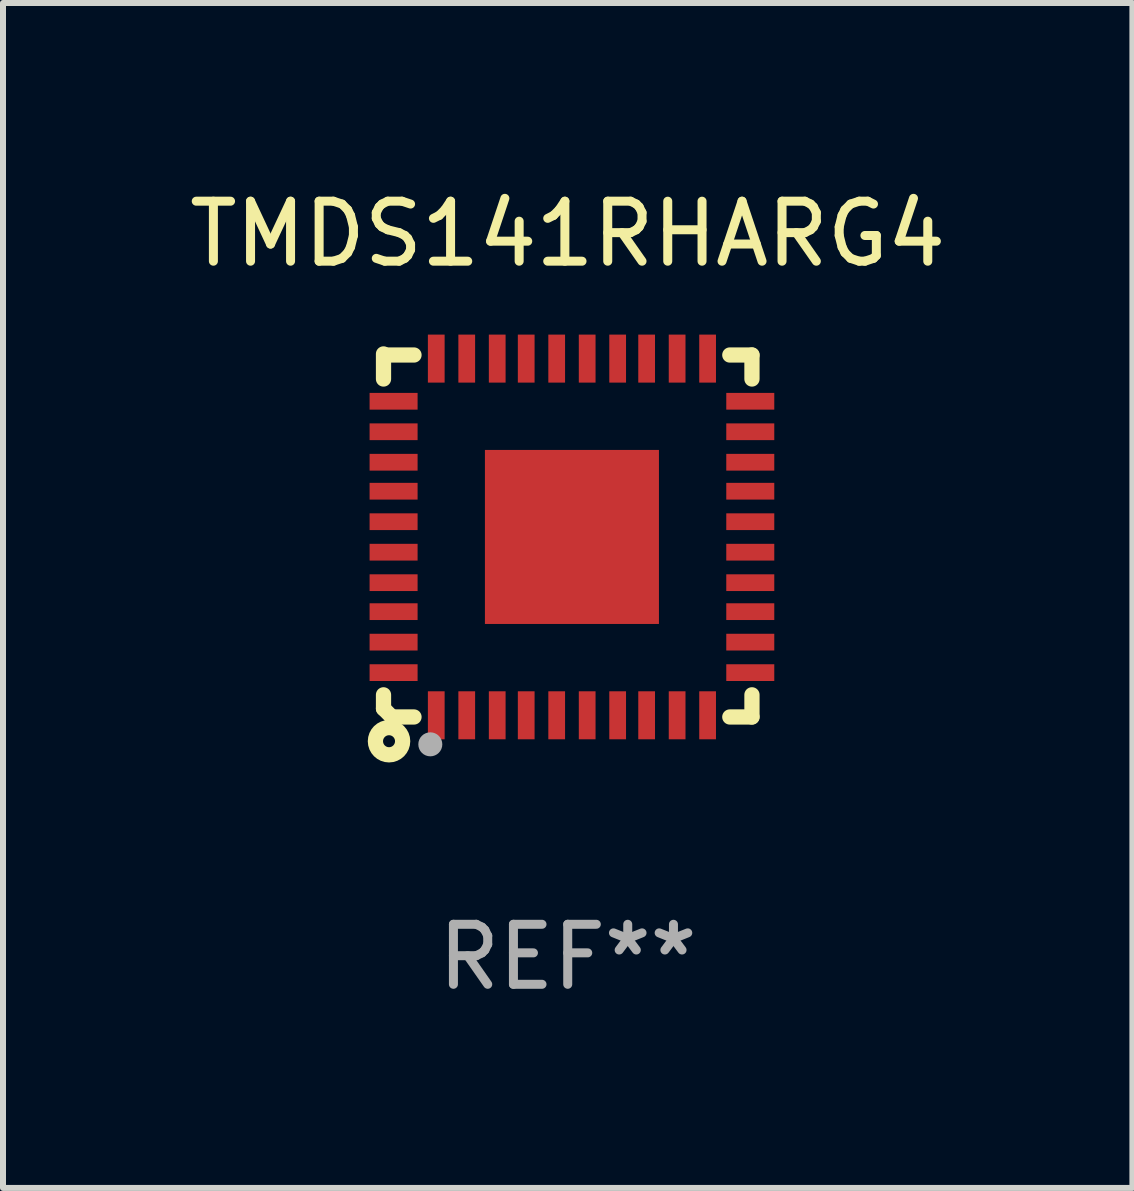
<source format=kicad_pcb>
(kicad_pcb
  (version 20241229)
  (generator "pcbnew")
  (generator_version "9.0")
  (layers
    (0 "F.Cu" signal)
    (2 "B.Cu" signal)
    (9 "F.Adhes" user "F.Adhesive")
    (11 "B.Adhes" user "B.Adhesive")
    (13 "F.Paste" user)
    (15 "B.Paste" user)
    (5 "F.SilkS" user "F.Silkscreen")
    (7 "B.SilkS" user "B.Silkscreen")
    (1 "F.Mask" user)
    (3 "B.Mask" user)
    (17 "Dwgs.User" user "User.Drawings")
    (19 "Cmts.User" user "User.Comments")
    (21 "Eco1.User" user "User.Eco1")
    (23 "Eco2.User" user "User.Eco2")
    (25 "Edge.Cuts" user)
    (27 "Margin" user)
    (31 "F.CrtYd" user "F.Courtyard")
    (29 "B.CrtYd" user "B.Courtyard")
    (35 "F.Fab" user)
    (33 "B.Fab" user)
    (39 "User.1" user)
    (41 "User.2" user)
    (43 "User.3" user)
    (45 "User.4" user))
  (footprint "TMDS141RHARG4"
    (layer "F.Cu")
    (at 6.411 5.873)
    (property "Reference" "TMDS141RHARG4" (at 0 -5.025 0) (layer "F.SilkS") (effects (font (size 1 1) (thickness 0.15))))
    (attr through_hole)
    (fp_line (start -3.07 -3.025) (end -3.07 -2.607) (stroke (width 0.254) (type solid)) (layer "F.SilkS"))
    (fp_line (start -3.07 2.656) (end -3.07 2.885) (stroke (width 0.254) (type solid)) (layer "F.SilkS"))
    (fp_line (start -3.07 2.885) (end -2.93 3.025) (stroke (width 0.254) (type solid)) (layer "F.SilkS"))
    (fp_line (start -3.005 -3.007) (end -2.562 -3.007) (stroke (width 0.254) (type solid)) (layer "F.SilkS"))
    (fp_line (start -2.93 3.025) (end -2.562 3.025) (stroke (width 0.254) (type solid)) (layer "F.SilkS"))
    (fp_line (start 2.701 -3.007) (end 3.07 -3.007) (stroke (width 0.254) (type solid)) (layer "F.SilkS"))
    (fp_line (start 2.701 3.025) (end 3.07 3.025) (stroke (width 0.254) (type solid)) (layer "F.SilkS"))
    (fp_line (start 3.07 -2.607) (end 3.07 -3.007) (stroke (width 0.254) (type solid)) (layer "F.SilkS"))
    (fp_line (start 3.07 3.025) (end 3.07 2.656) (stroke (width 0.254) (type solid)) (layer "F.SilkS"))
    (fp_circle (center -2.978 3.429) (end -2.878 3.429) (stroke (width 0.254) (type solid)) (fill no) (layer "F.SilkS"))
    (fp_circle (center -2.93 3.025) (end -2.9 3.025) (stroke (width 0.06) (type solid)) (fill no) (layer "F.SilkS"))
    (fp_circle (center -2.29 3.481) (end -2.19 3.481) (stroke (width 0.2) (type solid)) (fill no) (layer "F.Fab"))
    (fp_text user "REF**" (at 0 7.025 0) (layer "F.Fab") (effects (font (size 1 1) (thickness 0.15))))
    (pad "1" smd rect (at -2.191 2.997 90) (size 0.8 0.279) (layers "F.Cu" "F.Mask" "F.Paste"))
    (pad "2" smd rect (at -1.683 2.997 90) (size 0.8 0.279) (layers "F.Cu" "F.Mask" "F.Paste"))
    (pad "3" smd rect (at -1.175 2.997 90) (size 0.8 0.279) (layers "F.Cu" "F.Mask" "F.Paste"))
    (pad "4" smd rect (at -0.692 2.997 90) (size 0.8 0.279) (layers "F.Cu" "F.Mask" "F.Paste"))
    (pad "5" smd rect (at -0.184 2.997 90) (size 0.8 0.279) (layers "F.Cu" "F.Mask" "F.Paste"))
    (pad "6" smd rect (at 0.324 2.997 90) (size 0.8 0.279) (layers "F.Cu" "F.Mask" "F.Paste"))
    (pad "7" smd rect (at 0.832 2.997 90) (size 0.8 0.279) (layers "F.Cu" "F.Mask" "F.Paste"))
    (pad "8" smd rect (at 1.315 2.997 90) (size 0.8 0.279) (layers "F.Cu" "F.Mask" "F.Paste"))
    (pad "9" smd rect (at 1.823 2.997 90) (size 0.8 0.279) (layers "F.Cu" "F.Mask" "F.Paste"))
    (pad "10" smd rect (at 2.331 2.997 90) (size 0.8 0.279) (layers "F.Cu" "F.Mask" "F.Paste"))
    (pad "11" smd rect (at 3.042 2.286 180) (size 0.8 0.279) (layers "F.Cu" "F.Mask" "F.Paste"))
    (pad "12" smd rect (at 3.042 1.778 180) (size 0.8 0.279) (layers "F.Cu" "F.Mask" "F.Paste"))
    (pad "13" smd rect (at 3.042 1.27 180) (size 0.8 0.279) (layers "F.Cu" "F.Mask" "F.Paste"))
    (pad "14" smd rect (at 3.042 0.787 180) (size 0.8 0.279) (layers "F.Cu" "F.Mask" "F.Paste"))
    (pad "15" smd rect (at 3.042 0.279 180) (size 0.8 0.279) (layers "F.Cu" "F.Mask" "F.Paste"))
    (pad "16" smd rect (at 3.042 -0.229 180) (size 0.8 0.279) (layers "F.Cu" "F.Mask" "F.Paste"))
    (pad "17" smd rect (at 3.042 -0.737 180) (size 0.8 0.279) (layers "F.Cu" "F.Mask" "F.Paste"))
    (pad "18" smd rect (at 3.042 -1.22 180) (size 0.8 0.279) (layers "F.Cu" "F.Mask" "F.Paste"))
    (pad "19" smd rect (at 3.042 -1.728 180) (size 0.8 0.279) (layers "F.Cu" "F.Mask" "F.Paste"))
    (pad "20" smd rect (at 3.042 -2.236 180) (size 0.8 0.279) (layers "F.Cu" "F.Mask" "F.Paste"))
    (pad "21" smd rect (at 2.331 -2.947 270) (size 0.8 0.279) (layers "F.Cu" "F.Mask" "F.Paste"))
    (pad "22" smd rect (at 1.823 -2.947 270) (size 0.8 0.279) (layers "F.Cu" "F.Mask" "F.Paste"))
    (pad "23" smd rect (at 1.315 -2.947 270) (size 0.8 0.279) (layers "F.Cu" "F.Mask" "F.Paste"))
    (pad "24" smd rect (at 0.832 -2.947 270) (size 0.8 0.279) (layers "F.Cu" "F.Mask" "F.Paste"))
    (pad "25" smd rect (at 0.324 -2.947 270) (size 0.8 0.279) (layers "F.Cu" "F.Mask" "F.Paste"))
    (pad "26" smd rect (at -0.184 -2.947 270) (size 0.8 0.279) (layers "F.Cu" "F.Mask" "F.Paste"))
    (pad "27" smd rect (at -0.692 -2.947 270) (size 0.8 0.279) (layers "F.Cu" "F.Mask" "F.Paste"))
    (pad "28" smd rect (at -1.175 -2.947 270) (size 0.8 0.279) (layers "F.Cu" "F.Mask" "F.Paste"))
    (pad "29" smd rect (at -1.683 -2.947 270) (size 0.8 0.279) (layers "F.Cu" "F.Mask" "F.Paste"))
    (pad "30" smd rect (at -2.191 -2.947 270) (size 0.8 0.279) (layers "F.Cu" "F.Mask" "F.Paste"))
    (pad "31" smd rect (at -2.902 -2.236) (size 0.8 0.279) (layers "F.Cu" "F.Mask" "F.Paste"))
    (pad "32" smd rect (at -2.902 -1.728) (size 0.8 0.279) (layers "F.Cu" "F.Mask" "F.Paste"))
    (pad "33" smd rect (at -2.902 -1.22) (size 0.8 0.279) (layers "F.Cu" "F.Mask" "F.Paste"))
    (pad "34" smd rect (at -2.902 -0.737) (size 0.8 0.279) (layers "F.Cu" "F.Mask" "F.Paste"))
    (pad "35" smd rect (at -2.902 -0.229) (size 0.8 0.279) (layers "F.Cu" "F.Mask" "F.Paste"))
    (pad "36" smd rect (at -2.902 0.279) (size 0.8 0.279) (layers "F.Cu" "F.Mask" "F.Paste"))
    (pad "37" smd rect (at -2.902 0.787) (size 0.8 0.279) (layers "F.Cu" "F.Mask" "F.Paste"))
    (pad "38" smd rect (at -2.902 1.27) (size 0.8 0.279) (layers "F.Cu" "F.Mask" "F.Paste"))
    (pad "39" smd rect (at -2.902 1.778) (size 0.8 0.279) (layers "F.Cu" "F.Mask" "F.Paste"))
    (pad "40" smd rect (at -2.902 2.286) (size 0.8 0.279) (layers "F.Cu" "F.Mask" "F.Paste"))
    (pad "41" smd rect (at 0.07 0.025 90) (size 2.9 2.9) (layers "F.Cu" "F.Mask" "F.Paste")))
  (gr_rect
    (start -3 -3)
    (end 15.821 16.746)
    (stroke (width 0.1) (type default))
    (fill no)
    (layer "Edge.Cuts")))
</source>
